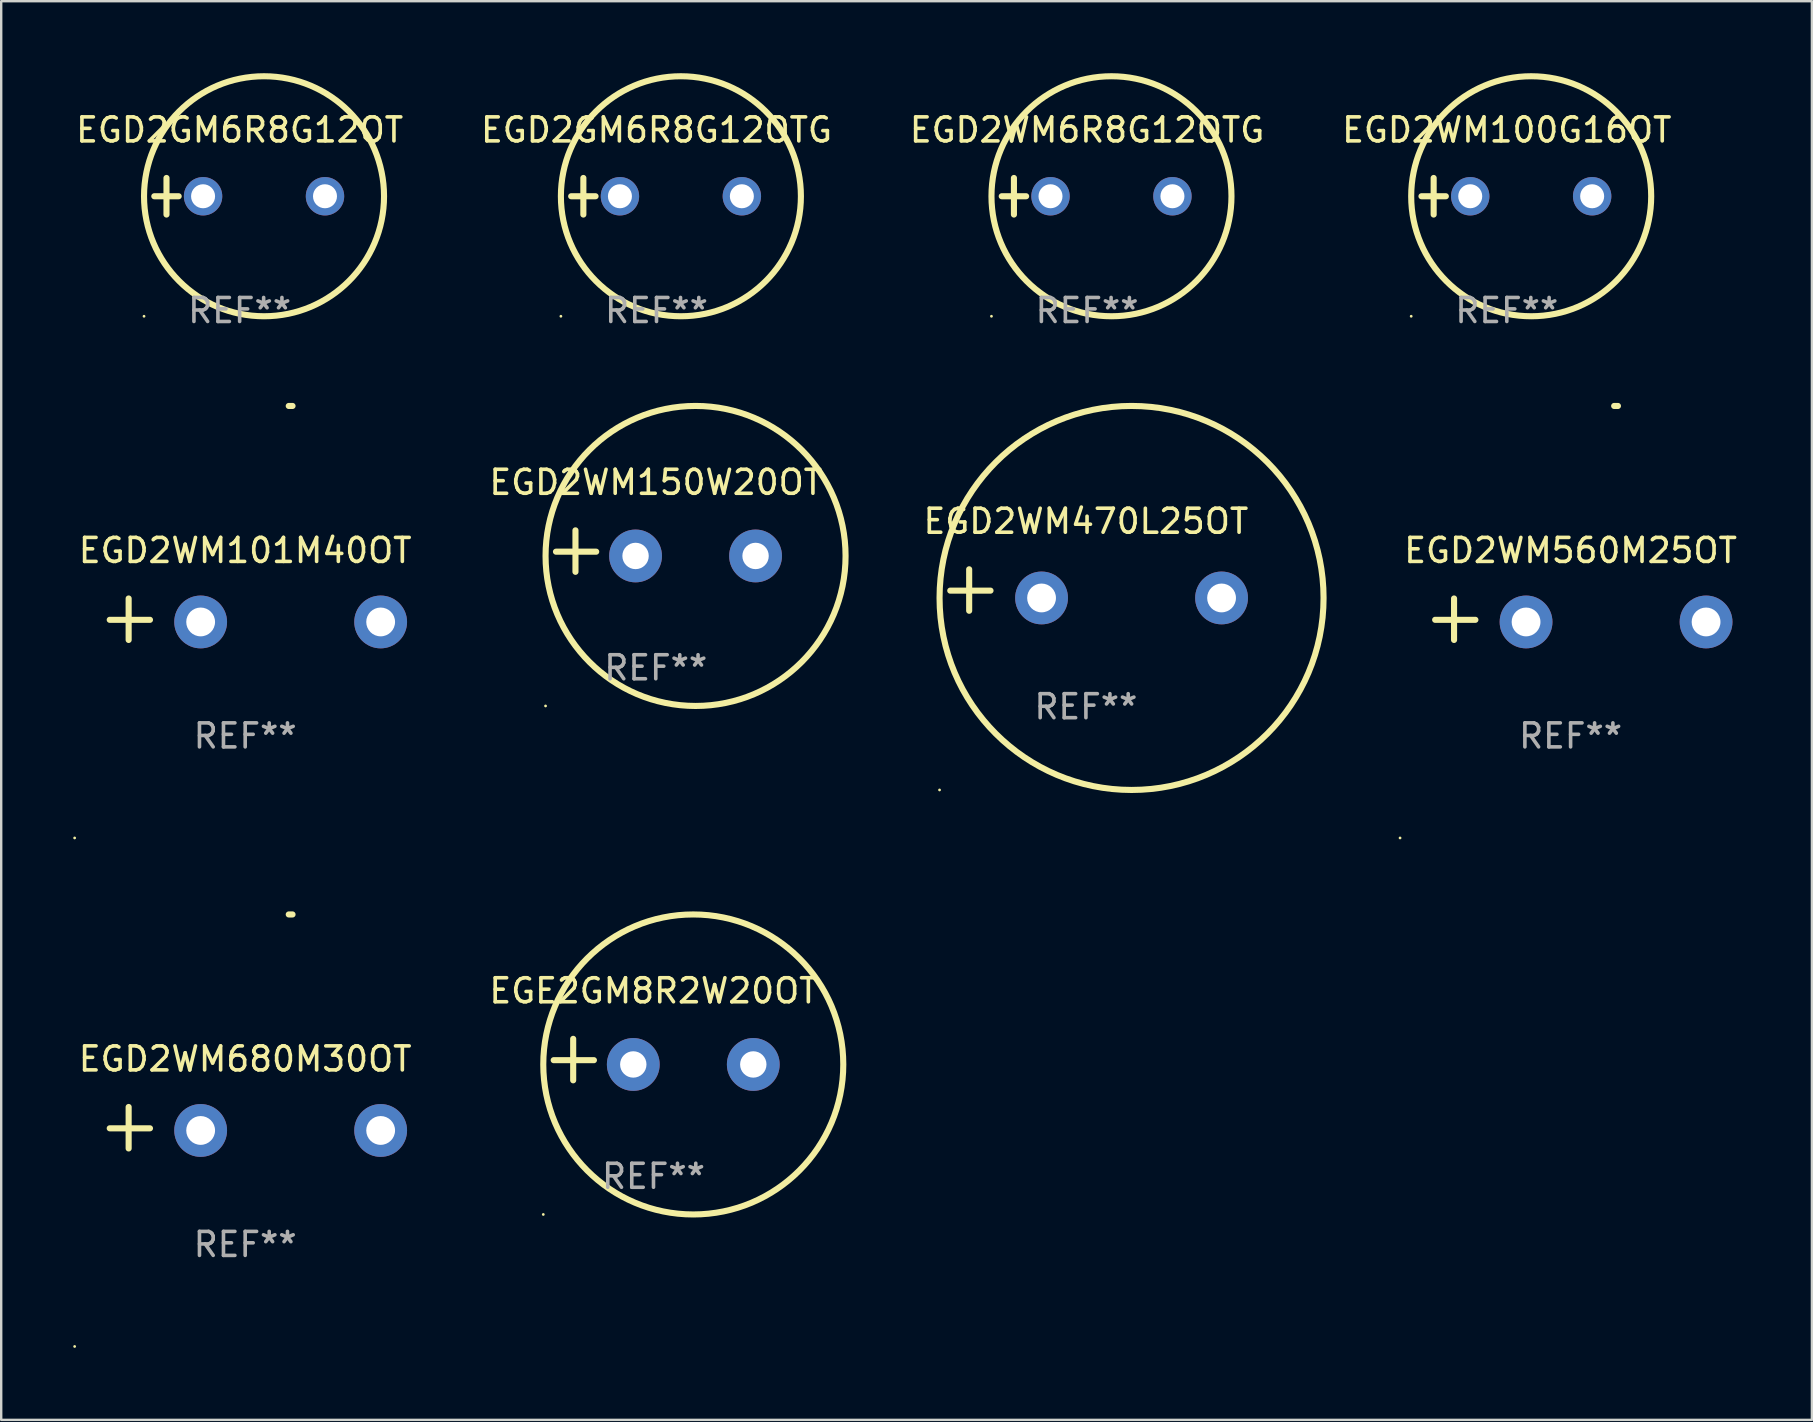
<source format=kicad_pcb>
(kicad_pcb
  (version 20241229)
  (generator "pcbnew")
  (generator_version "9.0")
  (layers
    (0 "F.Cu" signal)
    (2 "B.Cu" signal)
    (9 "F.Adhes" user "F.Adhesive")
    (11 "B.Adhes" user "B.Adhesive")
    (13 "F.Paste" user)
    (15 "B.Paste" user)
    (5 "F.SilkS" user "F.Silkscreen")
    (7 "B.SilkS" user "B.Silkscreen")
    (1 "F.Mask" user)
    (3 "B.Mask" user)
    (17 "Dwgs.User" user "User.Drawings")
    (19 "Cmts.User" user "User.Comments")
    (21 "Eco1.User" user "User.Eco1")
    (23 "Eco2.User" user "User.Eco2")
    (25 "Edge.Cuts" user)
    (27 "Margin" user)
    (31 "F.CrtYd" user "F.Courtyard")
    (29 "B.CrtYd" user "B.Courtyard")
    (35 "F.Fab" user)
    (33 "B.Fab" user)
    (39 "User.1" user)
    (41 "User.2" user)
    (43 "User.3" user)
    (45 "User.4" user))
  (footprint "EGE2GM8R2W20OT"
    (layer "F.Cu")
    (at 24.178 41.098)
    (property "Reference" "EGE2GM8R2W20OT" (at 0 -2.864 0) (layer "F.SilkS") (effects (font (size 1 1) (thickness 0.15))))
    (attr through_hole)
    (fp_line (start -3.346 0.864) (end -3.346 -0.864) (stroke (width 0.254) (type solid)) (layer "F.SilkS"))
    (fp_line (start -2.482 0.025) (end -4.158 0.025) (stroke (width 0.254) (type solid)) (layer "F.SilkS"))
    (fp_circle (center -4.592 6.453) (end -4.562 6.453) (stroke (width 0.06) (type solid)) (fill no) (layer "F.SilkS"))
    (fp_circle (center 1.658 0.203) (end 7.908 0.203) (stroke (width 0.254) (type solid)) (fill no) (layer "F.SilkS"))
    (fp_text user "REF**" (at 0 4.864 0) (layer "F.Fab") (effects (font (size 1 1) (thickness 0.15))))
    (pad "1" thru_hole circle (at -0.842 0.203) (size 2.2 2.2) (drill 1.1) (layers "*.Cu" "*.Mask"))
    (pad "2" thru_hole circle (at 4.158 0.203) (size 2.2 2.2) (drill 1.1) (layers "*.Cu" "*.Mask")))
  (footprint "EGD2WM560M25OT"
    (layer "F.Cu")
    (at 62.39 22.75)
    (property "Reference" "EGD2WM560M25OT" (at 0 -2.864 0) (layer "F.SilkS") (effects (font (size 1 1) (thickness 0.15))))
    (attr through_hole)
    (fp_line (start -4.856 0.864) (end -4.856 -0.864) (stroke (width 0.254) (type solid)) (layer "F.SilkS"))
    (fp_line (start -3.967 0.025) (end -5.644 0.025) (stroke (width 0.254) (type solid)) (layer "F.SilkS"))
    (fp_arc (start 1.815024 -8.885649) (mid 1.893764 -8.88599) (end 1.972504 -8.885649) (stroke (width 0.254001) (type solid)) (layer "F.SilkS"))
    (fp_circle (center -7.106 9.114) (end -7.076 9.114) (stroke (width 0.06) (type solid)) (fill no) (layer "F.SilkS"))
    (fp_text user "REF**" (at 0 4.864 0) (layer "F.Fab") (effects (font (size 1 1) (thickness 0.15))))
    (pad "1" thru_hole circle (at -1.856 0.114) (size 2.2 2.2) (drill 1.2) (layers "*.Cu" "*.Mask"))
    (pad "2" thru_hole circle (at 5.644 0.114) (size 2.2 2.2) (drill 1.2) (layers "*.Cu" "*.Mask")))
  (footprint "EGD2WM6R8G12OTG"
    (layer "F.Cu")
    (at 42.244 5.127)
    (property "Reference" "EGD2WM6R8G12OTG" (at 0 -2.762 0) (layer "F.SilkS") (effects (font (size 1 1) (thickness 0.15))))
    (attr through_hole)
    (fp_line (start -3.556 0) (end -2.54 0) (stroke (width 0.254) (type solid)) (layer "F.SilkS"))
    (fp_line (start -3.048 -0.762) (end -3.048 0.762) (stroke (width 0.254) (type solid)) (layer "F.SilkS"))
    (fp_circle (center -3.984 5) (end -3.954 5) (stroke (width 0.06) (type solid)) (fill no) (layer "F.SilkS"))
    (fp_circle (center 1.016 0) (end 6.016 0) (stroke (width 0.254) (type solid)) (fill no) (layer "F.SilkS"))
    (fp_text user "REF**" (at 0 4.762 0) (layer "F.Fab") (effects (font (size 1 1) (thickness 0.15))))
    (pad "1" thru_hole circle (at -1.524 0) (size 1.6 1.6) (drill 1) (layers "*.Cu" "*.Mask"))
    (pad "2" thru_hole circle (at 3.556 0) (size 1.6 1.6) (drill 1) (layers "*.Cu" "*.Mask")))
  (footprint "EGD2GM6R8G12OT"
    (layer "F.Cu")
    (at 6.935 5.127)
    (property "Reference" "EGD2GM6R8G12OT" (at 0 -2.762 0) (layer "F.SilkS") (effects (font (size 1 1) (thickness 0.15))))
    (attr through_hole)
    (fp_line (start -3.556 0) (end -2.54 0) (stroke (width 0.254) (type solid)) (layer "F.SilkS"))
    (fp_line (start -3.048 -0.762) (end -3.048 0.762) (stroke (width 0.254) (type solid)) (layer "F.SilkS"))
    (fp_circle (center -3.984 5) (end -3.954 5) (stroke (width 0.06) (type solid)) (fill no) (layer "F.SilkS"))
    (fp_circle (center 1.016 0) (end 6.016 0) (stroke (width 0.254) (type solid)) (fill no) (layer "F.SilkS"))
    (fp_text user "REF**" (at 0 4.762 0) (layer "F.Fab") (effects (font (size 1 1) (thickness 0.15))))
    (pad "1" thru_hole circle (at -1.524 0) (size 1.6 1.6) (drill 1) (layers "*.Cu" "*.Mask"))
    (pad "2" thru_hole circle (at 3.556 0) (size 1.6 1.6) (drill 1) (layers "*.Cu" "*.Mask")))
  (footprint "EGD2WM680M30OT"
    (layer "F.Cu")
    (at 7.166 43.937)
    (property "Reference" "EGD2WM680M30OT" (at 0 -2.864 0) (layer "F.SilkS") (effects (font (size 1 1) (thickness 0.15))))
    (attr through_hole)
    (fp_line (start -4.856 0.864) (end -4.856 -0.864) (stroke (width 0.254) (type solid)) (layer "F.SilkS"))
    (fp_line (start -3.967 0.025) (end -5.644 0.025) (stroke (width 0.254) (type solid)) (layer "F.SilkS"))
    (fp_arc (start 1.815024 -8.885649) (mid 1.893764 -8.88599) (end 1.972504 -8.885649) (stroke (width 0.254001) (type solid)) (layer "F.SilkS"))
    (fp_circle (center -7.106 9.114) (end -7.076 9.114) (stroke (width 0.06) (type solid)) (fill no) (layer "F.SilkS"))
    (fp_text user "REF**" (at 0 4.864 0) (layer "F.Fab") (effects (font (size 1 1) (thickness 0.15))))
    (pad "1" thru_hole circle (at -1.856 0.114) (size 2.2 2.2) (drill 1.2) (layers "*.Cu" "*.Mask"))
    (pad "2" thru_hole circle (at 5.644 0.114) (size 2.2 2.2) (drill 1.2) (layers "*.Cu" "*.Mask")))
  (footprint "EGD2WM101M40OT"
    (layer "F.Cu")
    (at 7.166 22.75)
    (property "Reference" "EGD2WM101M40OT" (at 0 -2.864 0) (layer "F.SilkS") (effects (font (size 1 1) (thickness 0.15))))
    (attr through_hole)
    (fp_line (start -4.856 0.864) (end -4.856 -0.864) (stroke (width 0.254) (type solid)) (layer "F.SilkS"))
    (fp_line (start -3.967 0.025) (end -5.644 0.025) (stroke (width 0.254) (type solid)) (layer "F.SilkS"))
    (fp_arc (start 1.815024 -8.885649) (mid 1.893764 -8.88599) (end 1.972504 -8.885649) (stroke (width 0.254001) (type solid)) (layer "F.SilkS"))
    (fp_circle (center -7.106 9.114) (end -7.076 9.114) (stroke (width 0.06) (type solid)) (fill no) (layer "F.SilkS"))
    (fp_text user "REF**" (at 0 4.864 0) (layer "F.Fab") (effects (font (size 1 1) (thickness 0.15))))
    (pad "1" thru_hole circle (at -1.856 0.114) (size 2.2 2.2) (drill 1.2) (layers "*.Cu" "*.Mask"))
    (pad "2" thru_hole circle (at 5.644 0.114) (size 2.2 2.2) (drill 1.2) (layers "*.Cu" "*.Mask")))
  (footprint "EGD2WM150W20OT"
    (layer "F.Cu")
    (at 24.273 19.911)
    (property "Reference" "EGD2WM150W20OT" (at 0 -2.864 0) (layer "F.SilkS") (effects (font (size 1 1) (thickness 0.15))))
    (attr through_hole)
    (fp_line (start -3.346 0.864) (end -3.346 -0.864) (stroke (width 0.254) (type solid)) (layer "F.SilkS"))
    (fp_line (start -2.482 0.025) (end -4.158 0.025) (stroke (width 0.254) (type solid)) (layer "F.SilkS"))
    (fp_circle (center -4.592 6.453) (end -4.562 6.453) (stroke (width 0.06) (type solid)) (fill no) (layer "F.SilkS"))
    (fp_circle (center 1.658 0.203) (end 7.908 0.203) (stroke (width 0.254) (type solid)) (fill no) (layer "F.SilkS"))
    (fp_text user "REF**" (at 0 4.864 0) (layer "F.Fab") (effects (font (size 1 1) (thickness 0.15))))
    (pad "1" thru_hole circle (at -0.842 0.203) (size 2.2 2.2) (drill 1.1) (layers "*.Cu" "*.Mask"))
    (pad "2" thru_hole circle (at 4.158 0.203) (size 2.2 2.2) (drill 1.1) (layers "*.Cu" "*.Mask")))
  (footprint "EGD2GM6R8G12OTG"
    (layer "F.Cu")
    (at 24.304 5.127)
    (property "Reference" "EGD2GM6R8G12OTG" (at 0 -2.762 0) (layer "F.SilkS") (effects (font (size 1 1) (thickness 0.15))))
    (attr through_hole)
    (fp_line (start -3.556 0) (end -2.54 0) (stroke (width 0.254) (type solid)) (layer "F.SilkS"))
    (fp_line (start -3.048 -0.762) (end -3.048 0.762) (stroke (width 0.254) (type solid)) (layer "F.SilkS"))
    (fp_circle (center -3.984 5) (end -3.954 5) (stroke (width 0.06) (type solid)) (fill no) (layer "F.SilkS"))
    (fp_circle (center 1.016 0) (end 6.016 0) (stroke (width 0.254) (type solid)) (fill no) (layer "F.SilkS"))
    (fp_text user "REF**" (at 0 4.762 0) (layer "F.Fab") (effects (font (size 1 1) (thickness 0.15))))
    (pad "1" thru_hole circle (at -1.524 0) (size 1.6 1.6) (drill 1) (layers "*.Cu" "*.Mask"))
    (pad "2" thru_hole circle (at 3.556 0) (size 1.6 1.6) (drill 1) (layers "*.Cu" "*.Mask")))
  (footprint "EGD2WM470L25OT"
    (layer "F.Cu")
    (at 42.195 21.534)
    (property "Reference" "EGD2WM470L25OT" (at 0 -2.864 0) (layer "F.SilkS") (effects (font (size 1 1) (thickness 0.15))))
    (attr through_hole)
    (fp_line (start -4.864 0.864) (end -4.864 -0.864) (stroke (width 0.254) (type solid)) (layer "F.SilkS"))
    (fp_line (start -3.975 0.025) (end -5.652 0.025) (stroke (width 0.254) (type solid)) (layer "F.SilkS"))
    (fp_circle (center -6.098 8.33) (end -6.068 8.33) (stroke (width 0.06) (type solid)) (fill no) (layer "F.SilkS"))
    (fp_circle (center 1.902 0.33) (end 9.902 0.33) (stroke (width 0.254) (type solid)) (fill no) (layer "F.SilkS"))
    (fp_text user "REF**" (at 0 4.864 0) (layer "F.Fab") (effects (font (size 1 1) (thickness 0.15))))
    (pad "1" thru_hole circle (at -1.848 0.33) (size 2.2 2.2) (drill 1.2) (layers "*.Cu" "*.Mask"))
    (pad "2" thru_hole circle (at 5.652 0.33) (size 2.2 2.2) (drill 1.2) (layers "*.Cu" "*.Mask")))
  (footprint "EGD2WM100G16OT"
    (layer "F.Cu")
    (at 59.732 5.127)
    (property "Reference" "EGD2WM100G16OT" (at 0 -2.762 0) (layer "F.SilkS") (effects (font (size 1 1) (thickness 0.15))))
    (attr through_hole)
    (fp_line (start -3.556 0) (end -2.54 0) (stroke (width 0.254) (type solid)) (layer "F.SilkS"))
    (fp_line (start -3.048 -0.762) (end -3.048 0.762) (stroke (width 0.254) (type solid)) (layer "F.SilkS"))
    (fp_circle (center -3.984 5) (end -3.954 5) (stroke (width 0.06) (type solid)) (fill no) (layer "F.SilkS"))
    (fp_circle (center 1.016 0) (end 6.016 0) (stroke (width 0.254) (type solid)) (fill no) (layer "F.SilkS"))
    (fp_text user "REF**" (at 0 4.762 0) (layer "F.Fab") (effects (font (size 1 1) (thickness 0.15))))
    (pad "1" thru_hole circle (at -1.524 0) (size 1.6 1.6) (drill 1) (layers "*.Cu" "*.Mask"))
    (pad "2" thru_hole circle (at 3.556 0) (size 1.6 1.6) (drill 1) (layers "*.Cu" "*.Mask")))
  (gr_rect
    (start -3 -3)
    (end 72.444 56.11)
    (stroke (width 0.1) (type default))
    (fill no)
    (layer "Edge.Cuts")))
</source>
